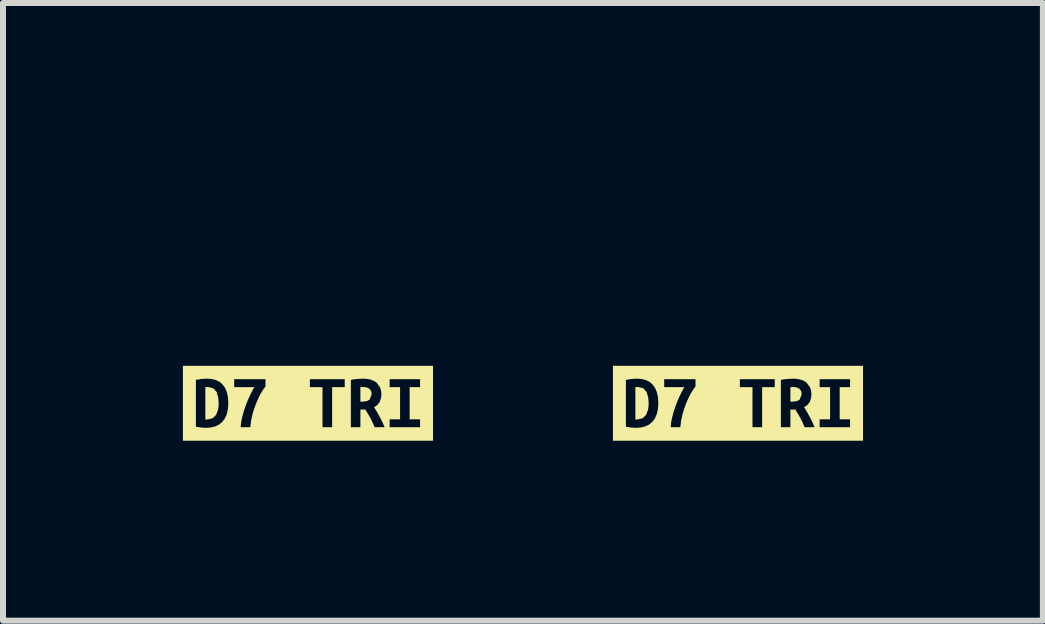
<source format=kicad_pcb>
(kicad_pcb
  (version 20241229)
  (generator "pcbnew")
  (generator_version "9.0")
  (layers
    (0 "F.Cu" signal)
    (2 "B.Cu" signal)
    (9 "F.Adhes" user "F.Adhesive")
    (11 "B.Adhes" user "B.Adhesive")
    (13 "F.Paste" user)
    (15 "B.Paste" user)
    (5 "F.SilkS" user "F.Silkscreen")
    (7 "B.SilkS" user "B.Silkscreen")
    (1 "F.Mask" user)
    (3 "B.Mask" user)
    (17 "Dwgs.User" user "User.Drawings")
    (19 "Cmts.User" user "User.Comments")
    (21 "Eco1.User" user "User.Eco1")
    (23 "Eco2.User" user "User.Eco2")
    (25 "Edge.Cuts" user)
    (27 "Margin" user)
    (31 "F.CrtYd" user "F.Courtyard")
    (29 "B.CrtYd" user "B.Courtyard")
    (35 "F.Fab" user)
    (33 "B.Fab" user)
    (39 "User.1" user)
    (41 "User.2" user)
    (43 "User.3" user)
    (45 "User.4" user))
  (footprint "kibuzzard-687E020C"
    (layer "F.Cu")
    (at 9.255 3.674)
    (property "Reference" "kibuzzard-687E020C" (at 0 -3.673 0) (layer "F.SilkS") (effects (font (size 0.001 0.001) (thickness 0.15))))
    (attr board_only exclude_from_pos_files exclude_from_bom)
    (fp_poly (pts (xy 1.063 -0.149) (xy 1.053 -0.204) (xy 1.024 -0.242) (xy 0.979 -0.264) (xy 0.922 -0.271) (xy 0.9 -0.271) (xy 0.874 -0.268) (xy 0.874 -0.027) (xy 0.909 -0.027) (xy 0.979 -0.035) (xy 1.027 -0.059) (xy 1.063 -0.149)) (stroke (width 0) (type solid)) (fill yes) (layer "F.SilkS"))
    (fp_poly (pts (xy -1.711 0.27) (xy -1.696 0.271) (xy -1.682 0.271) (xy -1.591 0.251) (xy -1.532 0.194) (xy -1.499 0.108) (xy -1.492 0.056) (xy -1.489 -0.001) (xy -1.497 -0.102) (xy -1.524 -0.189) (xy -1.577 -0.249) (xy -1.664 -0.271) (xy -1.687 -0.271) (xy -1.711 -0.268) (xy -1.711 0.27)) (stroke (width 0) (type solid)) (fill yes) (layer "F.SilkS"))
    (fp_poly (pts (xy -1.869 -0.625) (xy -2.085 -0.625) (xy -2.085 0.625) (xy -1.869 0.625) (xy -1.699 0.625) (xy -1.699 0.41) (xy -1.782 0.405) (xy -1.869 0.39) (xy -1.869 -0.39) (xy -1.767 -0.406) (xy -1.678 -0.41) (xy -1.603 -0.404) (xy -1.534 -0.386) (xy -1.474 -0.357) (xy -1.424 -0.313) (xy -1.383 -0.257) (xy -1.353 -0.187) (xy -1.334 -0.102) (xy -1.328 -0.001) (xy -1.335 0.102) (xy -1.356 0.188) (xy -1.389 0.259) (xy -1.433 0.315) (xy -1.486 0.358) (xy -1.55 0.387) (xy -1.621 0.404) (xy -1.699 0.41) (xy -1.699 0.625) (xy -1.122 0.625) (xy -1.122 0.399) (xy -1.114 0.314) (xy -1.095 0.224) (xy -1.07 0.132) (xy -1.039 0.041) (xy -1.005 -0.047) (xy -0.967 -0.13) (xy -0.93 -0.205) (xy -0.894 -0.269) (xy -1.23 -0.269) (xy -1.23 -0.401) (xy -0.708 -0.401) (xy -0.708 -0.28) (xy -0.744 -0.232) (xy -0.784 -0.168) (xy -0.824 -0.091) (xy -0.862 -0.004) (xy -0.897 0.091) (xy -0.927 0.192) (xy -0.949 0.296) (xy -0.961 0.399) (xy -1.122 0.399) (xy -1.122 0.625) (xy 0.403 0.625) (xy 0.403 0.399) (xy 0.242 0.399) (xy 0.242 -0.269) (xy 0.032 -0.269) (xy 0.032 -0.401) (xy 0.613 -0.401) (xy 0.613 -0.269) (xy 0.403 -0.269) (xy 0.403 0.399) (xy 0.403 0.625) (xy 1.278 0.625) (xy 1.278 0.399) (xy 1.111 0.399) (xy 1.079 0.323) (xy 1.042 0.25) (xy 1.001 0.178) (xy 0.957 0.105) (xy 0.874 0.105) (xy 0.874 0.399) (xy 0.715 0.399) (xy 0.715 -0.389) (xy 0.766 -0.399) (xy 0.823 -0.405) (xy 0.877 -0.408) (xy 0.922 -0.41) (xy 0.987 -0.406) (xy 1.046 -0.394) (xy 1.098 -0.374) (xy 1.142 -0.346) (xy 1.203 -0.264) (xy 1.219 -0.21) (xy 1.225 -0.147) (xy 1.217 -0.081) (xy 1.196 -0.021) (xy 1.158 0.029) (xy 1.102 0.066) (xy 1.148 0.14) (xy 1.196 0.226) (xy 1.241 0.315) (xy 1.278 0.399) (xy 1.278 0.625) (xy 1.362 0.625) (xy 1.362 0.399) (xy 1.362 0.268) (xy 1.536 0.268) (xy 1.536 -0.269) (xy 1.362 -0.269) (xy 1.362 -0.401) (xy 1.869 -0.401) (xy 1.869 -0.269) (xy 1.696 -0.269) (xy 1.696 0.268) (xy 1.869 0.268) (xy 1.869 0.399) (xy 1.362 0.399) (xy 1.362 0.625) (xy 1.869 0.625) (xy 2.085 0.625) (xy 2.085 -0.625) (xy 1.869 -0.625) (xy -1.869 -0.625)) (stroke (width 0) (type solid)) (fill yes) (layer "F.SilkS")))
  (footprint "kibuzzard-687E01F5"
    (layer "F.Cu")
    (at 2.085 3.674)
    (property "Reference" "kibuzzard-687E01F5" (at 0 -3.673 0) (layer "F.SilkS") (effects (font (size 0.001 0.001) (thickness 0.15))))
    (attr board_only exclude_from_pos_files exclude_from_bom)
    (fp_poly (pts (xy 1.063 -0.149) (xy 1.053 -0.204) (xy 1.024 -0.242) (xy 0.979 -0.264) (xy 0.922 -0.271) (xy 0.9 -0.271) (xy 0.874 -0.268) (xy 0.874 -0.027) (xy 0.909 -0.027) (xy 0.979 -0.035) (xy 1.027 -0.059) (xy 1.063 -0.149)) (stroke (width 0) (type solid)) (fill yes) (layer "F.SilkS"))
    (fp_poly (pts (xy -1.711 0.27) (xy -1.696 0.271) (xy -1.682 0.271) (xy -1.591 0.251) (xy -1.532 0.194) (xy -1.499 0.108) (xy -1.492 0.056) (xy -1.489 -0.001) (xy -1.497 -0.102) (xy -1.524 -0.189) (xy -1.577 -0.249) (xy -1.664 -0.271) (xy -1.687 -0.271) (xy -1.711 -0.268) (xy -1.711 0.27)) (stroke (width 0) (type solid)) (fill yes) (layer "F.SilkS"))
    (fp_poly (pts (xy -1.869 -0.625) (xy -2.085 -0.625) (xy -2.085 0.625) (xy -1.869 0.625) (xy -1.699 0.625) (xy -1.699 0.41) (xy -1.782 0.405) (xy -1.869 0.39) (xy -1.869 -0.39) (xy -1.767 -0.406) (xy -1.678 -0.41) (xy -1.603 -0.404) (xy -1.534 -0.386) (xy -1.474 -0.357) (xy -1.424 -0.313) (xy -1.383 -0.257) (xy -1.353 -0.187) (xy -1.334 -0.102) (xy -1.328 -0.001) (xy -1.335 0.102) (xy -1.356 0.188) (xy -1.389 0.259) (xy -1.433 0.315) (xy -1.486 0.358) (xy -1.55 0.387) (xy -1.621 0.404) (xy -1.699 0.41) (xy -1.699 0.625) (xy -1.122 0.625) (xy -1.122 0.399) (xy -1.114 0.314) (xy -1.095 0.224) (xy -1.07 0.132) (xy -1.039 0.041) (xy -1.005 -0.047) (xy -0.967 -0.13) (xy -0.93 -0.205) (xy -0.894 -0.269) (xy -1.23 -0.269) (xy -1.23 -0.401) (xy -0.708 -0.401) (xy -0.708 -0.28) (xy -0.744 -0.232) (xy -0.784 -0.168) (xy -0.824 -0.091) (xy -0.862 -0.004) (xy -0.897 0.091) (xy -0.927 0.192) (xy -0.949 0.296) (xy -0.961 0.399) (xy -1.122 0.399) (xy -1.122 0.625) (xy 0.403 0.625) (xy 0.403 0.399) (xy 0.242 0.399) (xy 0.242 -0.269) (xy 0.032 -0.269) (xy 0.032 -0.401) (xy 0.613 -0.401) (xy 0.613 -0.269) (xy 0.403 -0.269) (xy 0.403 0.399) (xy 0.403 0.625) (xy 1.278 0.625) (xy 1.278 0.399) (xy 1.111 0.399) (xy 1.079 0.323) (xy 1.042 0.25) (xy 1.001 0.178) (xy 0.957 0.105) (xy 0.874 0.105) (xy 0.874 0.399) (xy 0.715 0.399) (xy 0.715 -0.389) (xy 0.766 -0.399) (xy 0.823 -0.405) (xy 0.877 -0.408) (xy 0.922 -0.41) (xy 0.987 -0.406) (xy 1.046 -0.394) (xy 1.098 -0.374) (xy 1.142 -0.346) (xy 1.203 -0.264) (xy 1.219 -0.21) (xy 1.225 -0.147) (xy 1.217 -0.081) (xy 1.196 -0.021) (xy 1.158 0.029) (xy 1.102 0.066) (xy 1.148 0.14) (xy 1.196 0.226) (xy 1.241 0.315) (xy 1.278 0.399) (xy 1.278 0.625) (xy 1.362 0.625) (xy 1.362 0.399) (xy 1.362 0.268) (xy 1.536 0.268) (xy 1.536 -0.269) (xy 1.362 -0.269) (xy 1.362 -0.401) (xy 1.869 -0.401) (xy 1.869 -0.269) (xy 1.696 -0.269) (xy 1.696 0.268) (xy 1.869 0.268) (xy 1.869 0.399) (xy 1.362 0.399) (xy 1.362 0.625) (xy 1.869 0.625) (xy 2.085 0.625) (xy 2.085 -0.625) (xy 1.869 -0.625) (xy -1.869 -0.625)) (stroke (width 0) (type solid)) (fill yes) (layer "F.SilkS")))
  (gr_rect
    (start -3 -3)
    (end 14.339 7.299)
    (stroke (width 0.1) (type default))
    (fill no)
    (layer "Edge.Cuts")))
</source>
